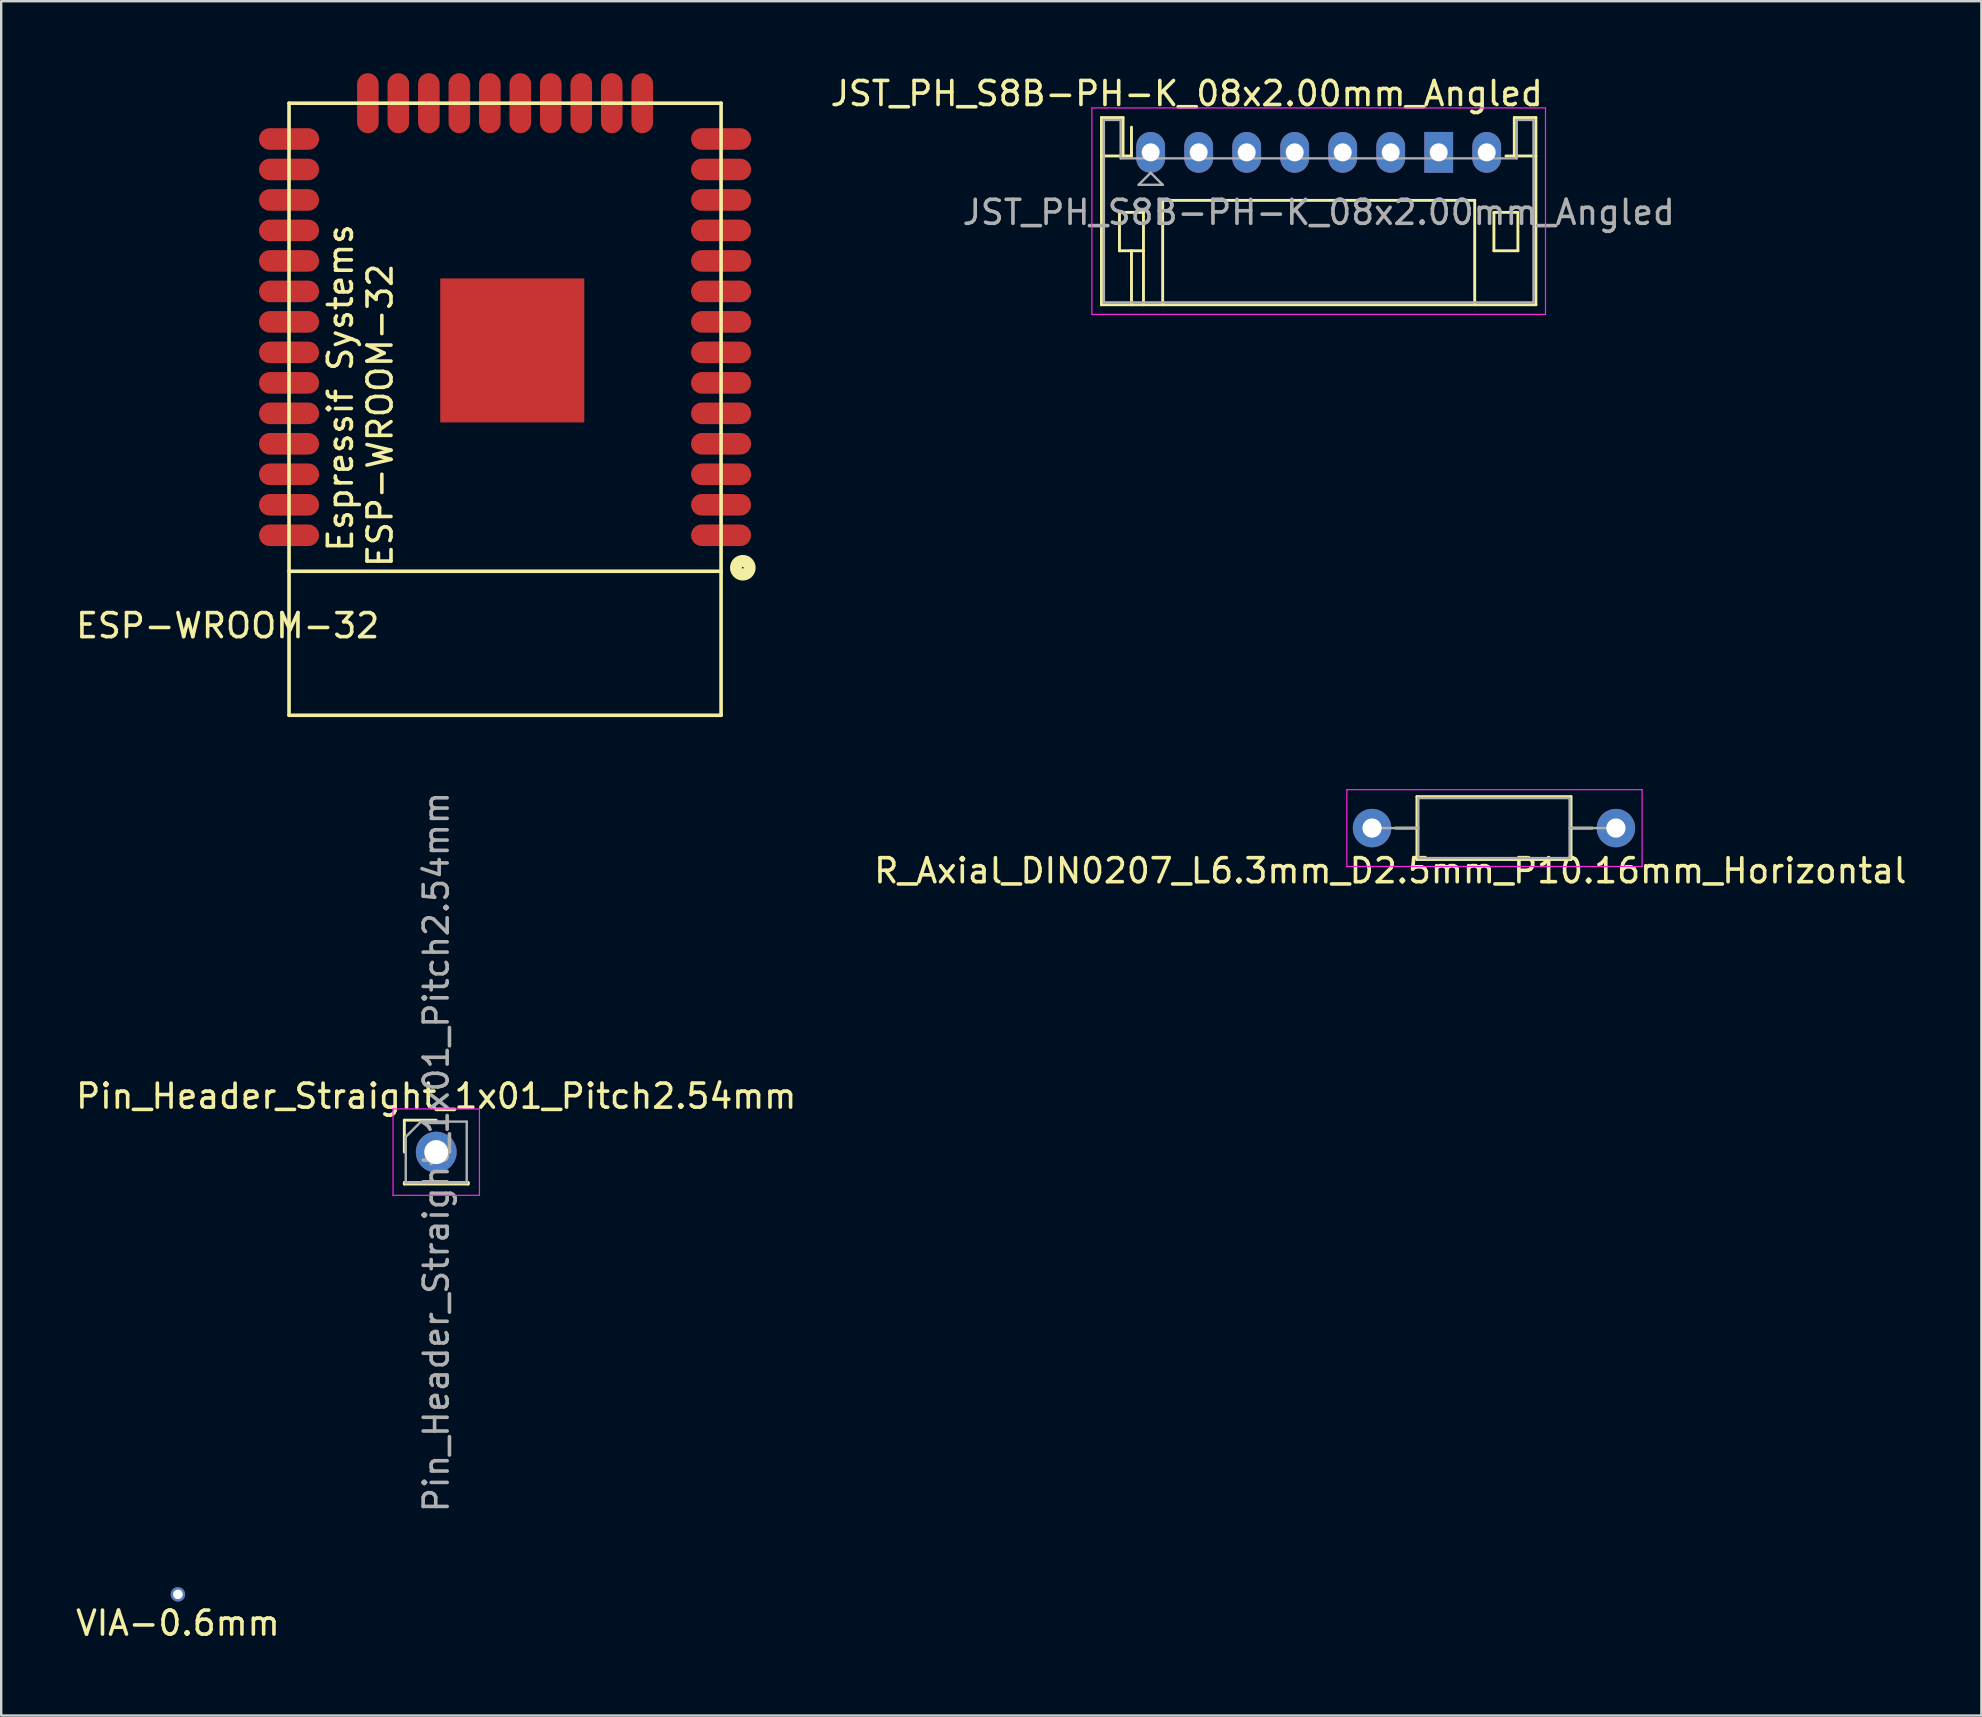
<source format=kicad_pcb>
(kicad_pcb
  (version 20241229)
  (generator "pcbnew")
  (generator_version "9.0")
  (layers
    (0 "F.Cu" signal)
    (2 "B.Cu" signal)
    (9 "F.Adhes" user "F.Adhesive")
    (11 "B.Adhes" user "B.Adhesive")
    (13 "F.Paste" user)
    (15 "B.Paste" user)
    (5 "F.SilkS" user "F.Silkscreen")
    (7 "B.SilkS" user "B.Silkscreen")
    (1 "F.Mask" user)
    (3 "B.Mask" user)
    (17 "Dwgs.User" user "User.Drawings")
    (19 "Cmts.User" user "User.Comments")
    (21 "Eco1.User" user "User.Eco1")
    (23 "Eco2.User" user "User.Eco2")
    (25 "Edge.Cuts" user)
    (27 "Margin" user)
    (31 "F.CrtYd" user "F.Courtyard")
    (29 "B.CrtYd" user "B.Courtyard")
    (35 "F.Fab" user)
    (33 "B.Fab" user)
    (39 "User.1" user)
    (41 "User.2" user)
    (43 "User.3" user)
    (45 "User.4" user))
  (footprint "Pin_Header_Straight_1x01_Pitch2.54mm"
    (layer "F.Cu")
    (at 15.125 44.95)
    (property "Reference" "Pin_Header_Straight_1x01_Pitch2.54mm" (at 0 -2.33 0) (layer "F.SilkS") (effects (font (size 1 1) (thickness 0.15))))
    (attr through_hole)
    (fp_line (start -1.33 -1.33) (end 0 -1.33) (stroke (width 0.12) (type solid)) (layer "F.SilkS"))
    (fp_line (start -1.33 0) (end -1.33 -1.33) (stroke (width 0.12) (type solid)) (layer "F.SilkS"))
    (fp_line (start -1.33 1.27) (end -1.33 1.33) (stroke (width 0.12) (type solid)) (layer "F.SilkS"))
    (fp_line (start -1.33 1.27) (end 1.33 1.27) (stroke (width 0.12) (type solid)) (layer "F.SilkS"))
    (fp_line (start -1.33 1.33) (end 1.33 1.33) (stroke (width 0.12) (type solid)) (layer "F.SilkS"))
    (fp_line (start 1.33 1.27) (end 1.33 1.33) (stroke (width 0.12) (type solid)) (layer "F.SilkS"))
    (fp_line (start -1.8 -1.8) (end -1.8 1.8) (stroke (width 0.05) (type solid)) (layer "F.CrtYd"))
    (fp_line (start -1.8 1.8) (end 1.8 1.8) (stroke (width 0.05) (type solid)) (layer "F.CrtYd"))
    (fp_line (start 1.8 -1.8) (end -1.8 -1.8) (stroke (width 0.05) (type solid)) (layer "F.CrtYd"))
    (fp_line (start 1.8 1.8) (end 1.8 -1.8) (stroke (width 0.05) (type solid)) (layer "F.CrtYd"))
    (fp_line (start -1.27 -0.635) (end -0.635 -1.27) (stroke (width 0.1) (type solid)) (layer "F.Fab"))
    (fp_line (start -1.27 1.27) (end -1.27 -0.635) (stroke (width 0.1) (type solid)) (layer "F.Fab"))
    (fp_line (start -0.635 -1.27) (end 1.27 -1.27) (stroke (width 0.1) (type solid)) (layer "F.Fab"))
    (fp_line (start 1.27 -1.27) (end 1.27 1.27) (stroke (width 0.1) (type solid)) (layer "F.Fab"))
    (fp_line (start 1.27 1.27) (end -1.27 1.27) (stroke (width 0.1) (type solid)) (layer "F.Fab"))
    (fp_text user "${REFERENCE}" (at 0 0 90) (layer "F.Fab") (effects (font (size 1 1) (thickness 0.15))))
    (pad "1" thru_hole circle (at 0 0) (size 1.7 1.7) (drill 1) (layers "*.Cu" "*.Mask")))
  (footprint "R_Axial_DIN0207_L6.3mm_D2.5mm_P10.16mm_Horizontal"
    (layer "F.Cu")
    (at 54.113 31.45)
    (property "Reference" "R_Axial_DIN0207_L6.3mm_D2.5mm_P10.16mm_Horizontal" (at 0.762 1.778 0) (layer "F.SilkS") (effects (font (size 1 1) (thickness 0.15))))
    (attr through_hole)
    (fp_line (start 0.98 0) (end 1.87 0) (stroke (width 0.12) (type solid)) (layer "F.SilkS"))
    (fp_line (start 1.87 -1.31) (end 1.87 1.31) (stroke (width 0.12) (type solid)) (layer "F.SilkS"))
    (fp_line (start 1.87 1.31) (end 8.29 1.31) (stroke (width 0.12) (type solid)) (layer "F.SilkS"))
    (fp_line (start 8.29 -1.31) (end 1.87 -1.31) (stroke (width 0.12) (type solid)) (layer "F.SilkS"))
    (fp_line (start 8.29 1.31) (end 8.29 -1.31) (stroke (width 0.12) (type solid)) (layer "F.SilkS"))
    (fp_line (start 9.18 0) (end 8.29 0) (stroke (width 0.12) (type solid)) (layer "F.SilkS"))
    (fp_line (start -1.05 -1.6) (end -1.05 1.6) (stroke (width 0.05) (type solid)) (layer "F.CrtYd"))
    (fp_line (start -1.05 1.6) (end 11.25 1.6) (stroke (width 0.05) (type solid)) (layer "F.CrtYd"))
    (fp_line (start 11.25 -1.6) (end -1.05 -1.6) (stroke (width 0.05) (type solid)) (layer "F.CrtYd"))
    (fp_line (start 11.25 1.6) (end 11.25 -1.6) (stroke (width 0.05) (type solid)) (layer "F.CrtYd"))
    (fp_line (start 0 0) (end 1.93 0) (stroke (width 0.1) (type solid)) (layer "F.Fab"))
    (fp_line (start 1.93 -1.25) (end 1.93 1.25) (stroke (width 0.1) (type solid)) (layer "F.Fab"))
    (fp_line (start 1.93 1.25) (end 8.23 1.25) (stroke (width 0.1) (type solid)) (layer "F.Fab"))
    (fp_line (start 8.23 -1.25) (end 1.93 -1.25) (stroke (width 0.1) (type solid)) (layer "F.Fab"))
    (fp_line (start 8.23 1.25) (end 8.23 -1.25) (stroke (width 0.1) (type solid)) (layer "F.Fab"))
    (fp_line (start 10.16 0) (end 8.23 0) (stroke (width 0.1) (type solid)) (layer "F.Fab"))
    (pad "1" thru_hole circle (at 0 0) (size 1.6 1.6) (drill 0.8) (layers "*.Cu" "*.Mask"))
    (pad "2" thru_hole oval (at 10.16 0) (size 1.6 1.6) (drill 0.8) (layers "*.Cu" "*.Mask")))
  (footprint "VIA-0.6mm"
    (layer "F.Cu")
    (at 4.363 63.375)
    (property "Reference" "VIA-0.6mm" (at 0 1.2 0) (layer "F.SilkS") (effects (font (size 1 1) (thickness 0.15))))
    (attr through_hole)
    (pad "1" thru_hole circle (at 0 0) (size 0.6 0.6) (drill 0.4) (layers "*.Cu")))
  (footprint "ESP-WROOM-32"
    (layer "F.Cu")
    (at 17.992 14)
    (property "Reference" "ESP-WROOM-32" (at -11.557 9.017 0) (layer "F.SilkS") (effects (font (size 1 1) (thickness 0.15))))
    (attr through_hole)
    (fp_line (start -9 -12.75) (end 9 -12.75) (stroke (width 0.15) (type solid)) (layer "F.SilkS"))
    (fp_line (start -9 6.75) (end 9 6.75) (stroke (width 0.15) (type solid)) (layer "F.SilkS"))
    (fp_line (start -9 12.75) (end -9 -12.75) (stroke (width 0.15) (type solid)) (layer "F.SilkS"))
    (fp_line (start -9 12.75) (end 9 12.75) (stroke (width 0.15) (type solid)) (layer "F.SilkS"))
    (fp_line (start 9 12.75) (end 9 -12.75) (stroke (width 0.15) (type solid)) (layer "F.SilkS"))
    (fp_circle (center 9.906 6.604) (end 10.033 6.858) (stroke (width 0.5) (type solid)) (fill no) (layer "F.SilkS"))
    (fp_text user "ESP-WROOM-32" (at -5.207 0.254 90) (layer "F.SilkS") (effects (font (size 1 1) (thickness 0.15))))
    (fp_text user "Espressif Systems" (at -6.858 -0.889 90) (layer "F.SilkS") (effects (font (size 1 1) (thickness 0.15))))
    (pad "1" smd oval (at 9 5.25) (size 2.5 0.9) (layers "F.Cu" "F.Mask" "F.Paste"))
    (pad "2" smd oval (at 9 3.98) (size 2.5 0.9) (layers "F.Cu" "F.Mask" "F.Paste"))
    (pad "3" smd oval (at 9 2.71) (size 2.5 0.9) (layers "F.Cu" "F.Mask" "F.Paste"))
    (pad "4" smd oval (at 9 1.44) (size 2.5 0.9) (layers "F.Cu" "F.Mask" "F.Paste"))
    (pad "5" smd oval (at 9 0.17) (size 2.5 0.9) (layers "F.Cu" "F.Mask" "F.Paste"))
    (pad "6" smd oval (at 9 -1.1) (size 2.5 0.9) (layers "F.Cu" "F.Mask" "F.Paste"))
    (pad "7" smd oval (at 9 -2.37) (size 2.5 0.9) (layers "F.Cu" "F.Mask" "F.Paste"))
    (pad "8" smd oval (at 9 -3.64) (size 2.5 0.9) (layers "F.Cu" "F.Mask" "F.Paste"))
    (pad "9" smd oval (at 9 -4.91) (size 2.5 0.9) (layers "F.Cu" "F.Mask" "F.Paste"))
    (pad "10" smd oval (at 9 -6.18) (size 2.5 0.9) (layers "F.Cu" "F.Mask" "F.Paste"))
    (pad "11" smd oval (at 9 -7.45) (size 2.5 0.9) (layers "F.Cu" "F.Mask" "F.Paste"))
    (pad "12" smd oval (at 9 -8.72) (size 2.5 0.9) (layers "F.Cu" "F.Mask" "F.Paste"))
    (pad "13" smd oval (at 9 -9.99) (size 2.5 0.9) (layers "F.Cu" "F.Mask" "F.Paste"))
    (pad "14" smd oval (at 9 -11.26) (size 2.5 0.9) (layers "F.Cu" "F.Mask" "F.Paste"))
    (pad "15" smd oval (at 5.715 -12.75) (size 0.9 2.5) (layers "F.Cu" "F.Mask" "F.Paste"))
    (pad "16" smd oval (at 4.445 -12.75) (size 0.9 2.5) (layers "F.Cu" "F.Mask" "F.Paste"))
    (pad "17" smd oval (at 3.175 -12.75) (size 0.9 2.5) (layers "F.Cu" "F.Mask" "F.Paste"))
    (pad "18" smd oval (at 1.905 -12.75) (size 0.9 2.5) (layers "F.Cu" "F.Mask" "F.Paste"))
    (pad "19" smd oval (at 0.635 -12.75) (size 0.9 2.5) (layers "F.Cu" "F.Mask" "F.Paste"))
    (pad "20" smd oval (at -0.635 -12.75) (size 0.9 2.5) (layers "F.Cu" "F.Mask" "F.Paste"))
    (pad "21" smd oval (at -1.905 -12.75) (size 0.9 2.5) (layers "F.Cu" "F.Mask" "F.Paste"))
    (pad "22" smd oval (at -3.175 -12.75) (size 0.9 2.5) (layers "F.Cu" "F.Mask" "F.Paste"))
    (pad "23" smd oval (at -4.445 -12.75) (size 0.9 2.5) (layers "F.Cu" "F.Mask" "F.Paste"))
    (pad "24" smd oval (at -5.715 -12.75) (size 0.9 2.5) (layers "F.Cu" "F.Mask" "F.Paste"))
    (pad "25" smd oval (at -9 -11.26) (size 2.5 0.9) (layers "F.Cu" "F.Mask" "F.Paste"))
    (pad "26" smd oval (at -9 -9.99) (size 2.5 0.9) (layers "F.Cu" "F.Mask" "F.Paste"))
    (pad "27" smd oval (at -9 -8.72) (size 2.5 0.9) (layers "F.Cu" "F.Mask" "F.Paste"))
    (pad "28" smd oval (at -9 -7.45) (size 2.5 0.9) (layers "F.Cu" "F.Mask" "F.Paste"))
    (pad "29" smd oval (at -9 -6.18) (size 2.5 0.9) (layers "F.Cu" "F.Mask" "F.Paste"))
    (pad "30" smd oval (at -9 -4.91) (size 2.5 0.9) (layers "F.Cu" "F.Mask" "F.Paste"))
    (pad "31" smd oval (at -9 -3.64) (size 2.5 0.9) (layers "F.Cu" "F.Mask" "F.Paste"))
    (pad "32" smd oval (at -9 -2.37) (size 2.5 0.9) (layers "F.Cu" "F.Mask" "F.Paste"))
    (pad "33" smd oval (at -9 -1.1) (size 2.5 0.9) (layers "F.Cu" "F.Mask" "F.Paste"))
    (pad "34" smd oval (at -9 0.17) (size 2.5 0.9) (layers "F.Cu" "F.Mask" "F.Paste"))
    (pad "35" smd oval (at -9 1.44) (size 2.5 0.9) (layers "F.Cu" "F.Mask" "F.Paste"))
    (pad "36" smd oval (at -9 2.71) (size 2.5 0.9) (layers "F.Cu" "F.Mask" "F.Paste"))
    (pad "37" smd oval (at -9 3.98) (size 2.5 0.9) (layers "F.Cu" "F.Mask" "F.Paste"))
    (pad "38" smd oval (at -9 5.25) (size 2.5 0.9) (layers "F.Cu" "F.Mask" "F.Paste"))
    (pad "39" smd rect (at 0.3 -2.45) (size 6 6) (layers "F.Cu" "F.Mask" "F.Paste")))
  (footprint "JST_PH_S8B-PH-K_08x2.00mm_Angled"
    (layer "F.Cu")
    (at 44.89 3.298)
    (property "Reference" "JST_PH_S8B-PH-K_08x2.00mm_Angled" (at 1.5 -2.45 0) (layer "F.SilkS") (effects (font (size 1 1) (thickness 0.15))))
    (attr through_hole)
    (fp_line (start -2.05 -1.45) (end -2.05 6.35) (stroke (width 0.12) (type solid)) (layer "F.SilkS"))
    (fp_line (start -2.05 0.15) (end -1.15 0.15) (stroke (width 0.12) (type solid)) (layer "F.SilkS"))
    (fp_line (start -2.05 6.35) (end 16.05 6.35) (stroke (width 0.12) (type solid)) (layer "F.SilkS"))
    (fp_line (start -1.3 2.5) (end -1.3 4.1) (stroke (width 0.12) (type solid)) (layer "F.SilkS"))
    (fp_line (start -1.3 4.1) (end -0.3 4.1) (stroke (width 0.12) (type solid)) (layer "F.SilkS"))
    (fp_line (start -1.15 -1.45) (end -2.05 -1.45) (stroke (width 0.12) (type solid)) (layer "F.SilkS"))
    (fp_line (start -1.15 0.15) (end -1.15 -1.45) (stroke (width 0.12) (type solid)) (layer "F.SilkS"))
    (fp_line (start -0.8 0.15) (end -1.15 0.15) (stroke (width 0.12) (type solid)) (layer "F.SilkS"))
    (fp_line (start -0.8 0.15) (end -0.8 -1.05) (stroke (width 0.12) (type solid)) (layer "F.SilkS"))
    (fp_line (start -0.8 4.1) (end -0.8 6.35) (stroke (width 0.12) (type solid)) (layer "F.SilkS"))
    (fp_line (start -0.3 2.5) (end -1.3 2.5) (stroke (width 0.12) (type solid)) (layer "F.SilkS"))
    (fp_line (start -0.3 4.1) (end -0.3 2.5) (stroke (width 0.12) (type solid)) (layer "F.SilkS"))
    (fp_line (start -0.3 4.1) (end -0.3 6.35) (stroke (width 0.12) (type solid)) (layer "F.SilkS"))
    (fp_line (start 0.5 2) (end 13.5 2) (stroke (width 0.12) (type solid)) (layer "F.SilkS"))
    (fp_line (start 0.5 6.35) (end 0.5 2) (stroke (width 0.12) (type solid)) (layer "F.SilkS"))
    (fp_line (start 13.5 2) (end 13.5 6.35) (stroke (width 0.12) (type solid)) (layer "F.SilkS"))
    (fp_line (start 14.3 2.5) (end 15.3 2.5) (stroke (width 0.12) (type solid)) (layer "F.SilkS"))
    (fp_line (start 14.3 4.1) (end 14.3 2.5) (stroke (width 0.12) (type solid)) (layer "F.SilkS"))
    (fp_line (start 15.15 -1.45) (end 15.15 0.15) (stroke (width 0.12) (type solid)) (layer "F.SilkS"))
    (fp_line (start 15.15 0.15) (end 14.8 0.15) (stroke (width 0.12) (type solid)) (layer "F.SilkS"))
    (fp_line (start 15.3 2.5) (end 15.3 4.1) (stroke (width 0.12) (type solid)) (layer "F.SilkS"))
    (fp_line (start 15.3 4.1) (end 14.3 4.1) (stroke (width 0.12) (type solid)) (layer "F.SilkS"))
    (fp_line (start 16.05 -1.45) (end 15.15 -1.45) (stroke (width 0.12) (type solid)) (layer "F.SilkS"))
    (fp_line (start 16.05 0.15) (end 15.15 0.15) (stroke (width 0.12) (type solid)) (layer "F.SilkS"))
    (fp_line (start 16.05 6.35) (end 16.05 -1.45) (stroke (width 0.12) (type solid)) (layer "F.SilkS"))
    (fp_line (start -2.45 -1.85) (end -2.45 6.75) (stroke (width 0.05) (type solid)) (layer "F.CrtYd"))
    (fp_line (start -2.45 6.75) (end 16.45 6.75) (stroke (width 0.05) (type solid)) (layer "F.CrtYd"))
    (fp_line (start 16.45 -1.85) (end -2.45 -1.85) (stroke (width 0.05) (type solid)) (layer "F.CrtYd"))
    (fp_line (start 16.45 6.75) (end 16.45 -1.85) (stroke (width 0.05) (type solid)) (layer "F.CrtYd"))
    (fp_line (start -1.95 -1.35) (end -1.95 6.25) (stroke (width 0.1) (type solid)) (layer "F.Fab"))
    (fp_line (start -1.95 6.25) (end 15.95 6.25) (stroke (width 0.1) (type solid)) (layer "F.Fab"))
    (fp_line (start -1.25 -1.35) (end -1.95 -1.35) (stroke (width 0.1) (type solid)) (layer "F.Fab"))
    (fp_line (start -1.25 0.25) (end -1.25 -1.35) (stroke (width 0.1) (type solid)) (layer "F.Fab"))
    (fp_line (start -0.5 1.35) (end 0.5 1.35) (stroke (width 0.1) (type solid)) (layer "F.Fab"))
    (fp_line (start 0 0.85) (end -0.5 1.35) (stroke (width 0.1) (type solid)) (layer "F.Fab"))
    (fp_line (start 0.5 1.35) (end 0 0.85) (stroke (width 0.1) (type solid)) (layer "F.Fab"))
    (fp_line (start 15.25 -1.35) (end 15.25 0.25) (stroke (width 0.1) (type solid)) (layer "F.Fab"))
    (fp_line (start 15.25 0.25) (end -1.25 0.25) (stroke (width 0.1) (type solid)) (layer "F.Fab"))
    (fp_line (start 15.95 -1.35) (end 15.25 -1.35) (stroke (width 0.1) (type solid)) (layer "F.Fab"))
    (fp_line (start 15.95 6.25) (end 15.95 -1.35) (stroke (width 0.1) (type solid)) (layer "F.Fab"))
    (fp_text user "${REFERENCE}" (at 7 2.5 0) (layer "F.Fab") (effects (font (size 1 1) (thickness 0.15))))
    (pad "1" thru_hole oval (at 0 0) (size 1.2 1.7) (drill 0.75) (layers "*.Cu" "*.Mask"))
    (pad "2" thru_hole oval (at 2 0) (size 1.2 1.7) (drill 0.75) (layers "*.Cu" "*.Mask"))
    (pad "3" thru_hole oval (at 4 0) (size 1.2 1.7) (drill 0.75) (layers "*.Cu" "*.Mask"))
    (pad "4" thru_hole oval (at 6 0) (size 1.2 1.7) (drill 0.75) (layers "*.Cu" "*.Mask"))
    (pad "5" thru_hole oval (at 8 0) (size 1.2 1.7) (drill 0.75) (layers "*.Cu" "*.Mask"))
    (pad "6" thru_hole oval (at 10 0) (size 1.2 1.7) (drill 0.75) (layers "*.Cu" "*.Mask"))
    (pad "7" thru_hole rect (at 12 0) (size 1.2 1.7) (drill 0.75) (layers "*.Cu" "*.Mask"))
    (pad "8" thru_hole oval (at 14 0) (size 1.2 1.7) (drill 0.75) (layers "*.Cu" "*.Mask")))
  (gr_rect
    (start -3 -3)
    (end 79.5 68.423)
    (stroke (width 0.1) (type default))
    (fill no)
    (layer "Edge.Cuts")))
</source>
